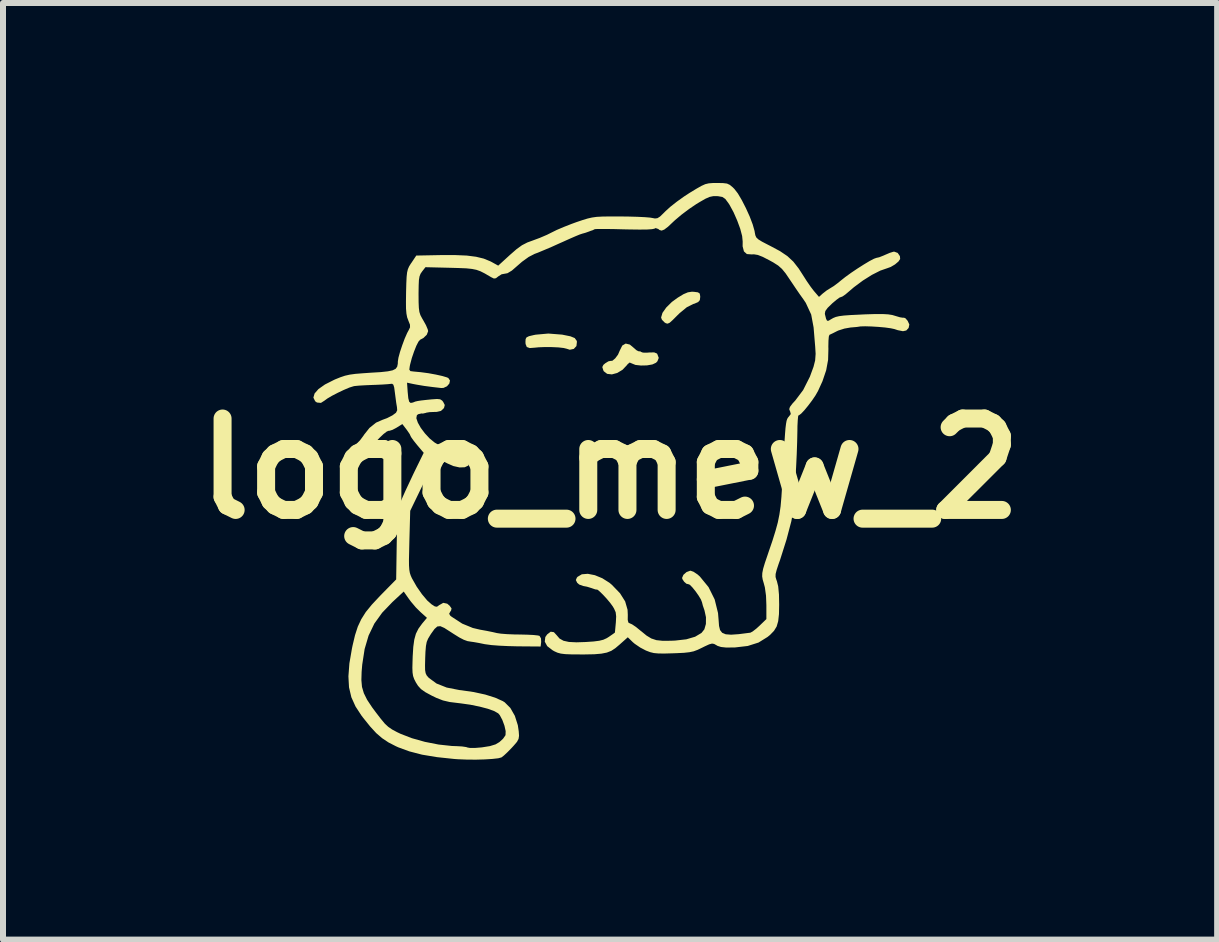
<source format=kicad_pcb>
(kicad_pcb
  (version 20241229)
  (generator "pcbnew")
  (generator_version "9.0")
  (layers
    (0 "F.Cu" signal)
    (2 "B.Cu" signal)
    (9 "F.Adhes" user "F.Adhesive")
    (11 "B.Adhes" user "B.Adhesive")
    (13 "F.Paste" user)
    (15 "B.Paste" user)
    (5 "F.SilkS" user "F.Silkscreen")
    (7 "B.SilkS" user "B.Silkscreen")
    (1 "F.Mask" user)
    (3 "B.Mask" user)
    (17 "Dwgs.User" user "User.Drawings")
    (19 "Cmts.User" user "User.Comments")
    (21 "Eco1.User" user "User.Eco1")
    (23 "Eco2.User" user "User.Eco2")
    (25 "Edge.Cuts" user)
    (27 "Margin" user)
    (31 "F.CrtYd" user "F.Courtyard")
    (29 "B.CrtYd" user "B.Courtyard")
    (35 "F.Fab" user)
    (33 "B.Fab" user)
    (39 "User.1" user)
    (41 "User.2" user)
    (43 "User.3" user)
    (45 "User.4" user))
  (footprint "logo_mew_2"
    (layer "F.Cu")
    (at 7.119 4.761)
    (property "Reference" "logo_mew_2" (at 0 0 0) (layer "F.SilkS") (effects (font (size 1.524 1.524) (thickness 0.3))))
    (attr board_only exclude_from_pos_files exclude_from_bom)
    (fp_poly (pts (xy -0.799 -2.233) (xy -0.661 -2.205) (xy -0.589 -2.176) (xy -0.556 -2.131) (xy -0.552 -2.114) (xy -0.56 -2.043) (xy -0.604 -1.995) (xy -0.671 -1.981) (xy -0.724 -1.998) (xy -0.773 -2.01) (xy -0.86 -2.02) (xy -0.969 -2.025) (xy -1.083 -2.026) (xy -1.188 -2.022) (xy -1.25 -2.016) (xy -1.339 -2.009) (xy -1.388 -2.027) (xy -1.408 -2.077) (xy -1.41 -2.112) (xy -1.407 -2.159) (xy -1.392 -2.187) (xy -1.351 -2.207) (xy -1.275 -2.225) (xy -1.24 -2.232) (xy -1.029 -2.251)) (stroke (width 0) (type solid)) (fill yes) (layer "F.SilkS"))
    (fp_poly (pts (xy 1.396 -2.947) (xy 1.465 -2.938) (xy 1.495 -2.918) (xy 1.503 -2.873) (xy 1.503 -2.859) (xy 1.497 -2.808) (xy 1.469 -2.776) (xy 1.407 -2.749) (xy 1.386 -2.743) (xy 1.279 -2.689) (xy 1.16 -2.591) (xy 1.119 -2.551) (xy 1.043 -2.475) (xy 0.994 -2.431) (xy 0.96 -2.416) (xy 0.932 -2.422) (xy 0.909 -2.436) (xy 0.865 -2.481) (xy 0.851 -2.518) (xy 0.874 -2.596) (xy 0.937 -2.685) (xy 1.031 -2.778) (xy 1.127 -2.848) (xy 1.224 -2.907) (xy 1.297 -2.938) (xy 1.362 -2.948)) (stroke (width 0) (type solid)) (fill yes) (layer "F.SilkS"))
    (fp_poly (pts (xy 0.33 -2.067) (xy 0.389 -2.018) (xy 0.439 -1.974) (xy 0.475 -1.955) (xy 0.481 -1.956) (xy 0.512 -1.951) (xy 0.516 -1.945) (xy 0.549 -1.933) (xy 0.615 -1.932) (xy 0.648 -1.935) (xy 0.736 -1.937) (xy 0.782 -1.918) (xy 0.787 -1.911) (xy 0.812 -1.845) (xy 0.79 -1.789) (xy 0.766 -1.764) (xy 0.706 -1.736) (xy 0.615 -1.72) (xy 0.514 -1.718) (xy 0.423 -1.728) (xy 0.362 -1.753) (xy 0.362 -1.753) (xy 0.327 -1.768) (xy 0.293 -1.74) (xy 0.283 -1.726) (xy 0.208 -1.647) (xy 0.12 -1.594) (xy 0.031 -1.57) (xy -0.048 -1.579) (xy -0.104 -1.622) (xy -0.112 -1.638) (xy -0.129 -1.692) (xy -0.111 -1.729) (xy -0.079 -1.756) (xy -0.029 -1.787) (xy 0.001 -1.794) (xy 0.002 -1.794) (xy 0.04 -1.798) (xy 0.087 -1.838) (xy 0.133 -1.9) (xy 0.162 -1.967) (xy 0.204 -2.051) (xy 0.261 -2.084)) (stroke (width 0) (type solid)) (fill yes) (layer "F.SilkS"))
    (fp_poly (pts (xy 1.884 -4.759) (xy 1.95 -4.751) (xy 1.997 -4.729) (xy 2.045 -4.689) (xy 2.073 -4.661) (xy 2.131 -4.586) (xy 2.197 -4.474) (xy 2.265 -4.341) (xy 2.328 -4.202) (xy 2.378 -4.07) (xy 2.409 -3.961) (xy 2.413 -3.935) (xy 2.422 -3.889) (xy 2.438 -3.853) (xy 2.473 -3.82) (xy 2.533 -3.783) (xy 2.629 -3.733) (xy 2.674 -3.71) (xy 2.833 -3.625) (xy 2.956 -3.542) (xy 3.055 -3.45) (xy 3.144 -3.336) (xy 3.213 -3.229) (xy 3.278 -3.127) (xy 3.345 -3.03) (xy 3.4 -2.958) (xy 3.404 -2.954) (xy 3.483 -2.862) (xy 3.544 -2.917) (xy 3.612 -2.97) (xy 3.67 -3.006) (xy 3.73 -3.043) (xy 3.806 -3.1) (xy 3.843 -3.131) (xy 3.92 -3.192) (xy 4.018 -3.263) (xy 4.125 -3.335) (xy 4.232 -3.403) (xy 4.327 -3.46) (xy 4.4 -3.498) (xy 4.439 -3.512) (xy 4.488 -3.523) (xy 4.561 -3.552) (xy 4.588 -3.564) (xy 4.663 -3.596) (xy 4.724 -3.615) (xy 4.738 -3.616) (xy 4.795 -3.595) (xy 4.832 -3.541) (xy 4.836 -3.494) (xy 4.808 -3.452) (xy 4.75 -3.403) (xy 4.679 -3.361) (xy 4.621 -3.34) (xy 4.505 -3.3) (xy 4.365 -3.229) (xy 4.214 -3.134) (xy 4.065 -3.023) (xy 3.99 -2.959) (xy 3.924 -2.903) (xy 3.873 -2.868) (xy 3.851 -2.86) (xy 3.826 -2.851) (xy 3.774 -2.813) (xy 3.705 -2.755) (xy 3.703 -2.753) (xy 3.628 -2.68) (xy 3.589 -2.627) (xy 3.581 -2.584) (xy 3.582 -2.573) (xy 3.601 -2.497) (xy 3.618 -2.464) (xy 3.644 -2.465) (xy 3.68 -2.487) (xy 3.72 -2.51) (xy 3.764 -2.528) (xy 3.82 -2.541) (xy 3.898 -2.551) (xy 4.006 -2.559) (xy 4.153 -2.566) (xy 4.255 -2.571) (xy 4.421 -2.576) (xy 4.544 -2.576) (xy 4.635 -2.571) (xy 4.705 -2.56) (xy 4.759 -2.544) (xy 4.833 -2.522) (xy 4.885 -2.514) (xy 4.898 -2.516) (xy 4.925 -2.505) (xy 4.961 -2.463) (xy 4.989 -2.402) (xy 4.978 -2.348) (xy 4.975 -2.342) (xy 4.938 -2.302) (xy 4.883 -2.29) (xy 4.797 -2.307) (xy 4.739 -2.326) (xy 4.678 -2.339) (xy 4.584 -2.352) (xy 4.472 -2.362) (xy 4.357 -2.369) (xy 4.253 -2.372) (xy 4.177 -2.37) (xy 4.149 -2.366) (xy 4.117 -2.361) (xy 4.05 -2.355) (xy 4.011 -2.352) (xy 3.908 -2.334) (xy 3.807 -2.302) (xy 3.785 -2.292) (xy 3.716 -2.257) (xy 3.667 -2.234) (xy 3.658 -2.23) (xy 3.647 -2.201) (xy 3.641 -2.131) (xy 3.639 -2.032) (xy 3.64 -1.994) (xy 3.635 -1.813) (xy 3.603 -1.639) (xy 3.541 -1.456) (xy 3.467 -1.294) (xy 3.425 -1.22) (xy 3.368 -1.136) (xy 3.303 -1.05) (xy 3.24 -0.973) (xy 3.186 -0.916) (xy 3.15 -0.889) (xy 3.142 -0.889) (xy 3.135 -0.869) (xy 3.129 -0.806) (xy 3.124 -0.711) (xy 3.123 -0.629) (xy 3.119 -0.444) (xy 3.112 -0.241) (xy 3.102 -0.03) (xy 3.09 0.181) (xy 3.076 0.381) (xy 3.061 0.563) (xy 3.046 0.715) (xy 3.031 0.829) (xy 3.022 0.878) (xy 2.942 1.182) (xy 2.835 1.52) (xy 2.81 1.59) (xy 2.777 1.69) (xy 2.76 1.757) (xy 2.759 1.807) (xy 2.773 1.855) (xy 2.781 1.875) (xy 2.803 1.963) (xy 2.816 2.101) (xy 2.819 2.267) (xy 2.816 2.426) (xy 2.803 2.544) (xy 2.777 2.633) (xy 2.733 2.705) (xy 2.667 2.773) (xy 2.625 2.807) (xy 2.475 2.9) (xy 2.295 2.957) (xy 2.08 2.982) (xy 2.06 2.982) (xy 1.935 2.983) (xy 1.85 2.974) (xy 1.791 2.955) (xy 1.773 2.944) (xy 1.735 2.923) (xy 1.7 2.917) (xy 1.652 2.93) (xy 1.578 2.964) (xy 1.538 2.984) (xy 1.461 3.021) (xy 1.394 3.046) (xy 1.323 3.061) (xy 1.232 3.071) (xy 1.108 3.077) (xy 1.051 3.079) (xy 0.909 3.083) (xy 0.807 3.082) (xy 0.731 3.075) (xy 0.669 3.06) (xy 0.606 3.036) (xy 0.598 3.033) (xy 0.503 2.983) (xy 0.412 2.921) (xy 0.38 2.894) (xy 0.296 2.812) (xy 0.159 2.934) (xy 0.088 2.994) (xy 0.021 3.038) (xy -0.053 3.067) (xy -0.144 3.085) (xy -0.262 3.095) (xy -0.417 3.098) (xy -0.505 3.098) (xy -0.647 3.097) (xy -0.748 3.093) (xy -0.82 3.084) (xy -0.876 3.069) (xy -0.927 3.046) (xy -0.957 3.029) (xy -1.047 2.96) (xy -1.088 2.885) (xy -1.079 2.808) (xy -1.048 2.764) (xy -0.989 2.719) (xy -0.936 2.727) (xy -0.89 2.777) (xy -0.842 2.833) (xy -0.776 2.87) (xy -0.685 2.89) (xy -0.559 2.896) (xy -0.407 2.891) (xy -0.274 2.882) (xy -0.18 2.87) (xy -0.112 2.853) (xy -0.057 2.828) (xy -0.023 2.807) (xy 0.038 2.765) (xy 0.076 2.738) (xy 0.081 2.732) (xy 0.084 2.705) (xy 0.09 2.639) (xy 0.097 2.563) (xy 0.102 2.464) (xy 0.094 2.395) (xy 0.067 2.334) (xy 0.045 2.297) (xy 0.002 2.238) (xy -0.055 2.17) (xy -0.116 2.104) (xy -0.171 2.05) (xy -0.209 2.019) (xy -0.221 2.017) (xy -0.246 2.014) (xy -0.301 1.995) (xy -0.306 1.993) (xy -0.384 1.969) (xy -0.448 1.957) (xy -0.514 1.933) (xy -0.548 1.903) (xy -0.57 1.858) (xy -0.553 1.818) (xy -0.541 1.804) (xy -0.47 1.762) (xy -0.37 1.754) (xy -0.253 1.777) (xy -0.129 1.828) (xy -0.009 1.904) (xy 0.031 1.938) (xy 0.166 2.078) (xy 0.252 2.214) (xy 0.292 2.353) (xy 0.296 2.437) (xy 0.295 2.523) (xy 0.306 2.567) (xy 0.329 2.58) (xy 0.33 2.58) (xy 0.368 2.597) (xy 0.432 2.64) (xy 0.509 2.703) (xy 0.521 2.712) (xy 0.609 2.784) (xy 0.688 2.832) (xy 0.773 2.86) (xy 0.877 2.871) (xy 1.014 2.87) (xy 1.085 2.867) (xy 1.271 2.846) (xy 1.418 2.803) (xy 1.524 2.74) (xy 1.572 2.68) (xy 1.598 2.59) (xy 1.599 2.477) (xy 1.575 2.367) (xy 1.572 2.357) (xy 1.547 2.284) (xy 1.533 2.229) (xy 1.515 2.182) (xy 1.475 2.116) (xy 1.425 2.045) (xy 1.373 1.981) (xy 1.33 1.937) (xy 1.306 1.927) (xy 1.274 1.92) (xy 1.235 1.886) (xy 1.206 1.842) (xy 1.201 1.822) (xy 1.223 1.771) (xy 1.275 1.725) (xy 1.335 1.703) (xy 1.341 1.702) (xy 1.392 1.72) (xy 1.459 1.765) (xy 1.498 1.8) (xy 1.642 1.976) (xy 1.744 2.181) (xy 1.8 2.408) (xy 1.81 2.528) (xy 1.817 2.623) (xy 1.834 2.692) (xy 1.869 2.737) (xy 1.928 2.762) (xy 2.018 2.769) (xy 2.146 2.76) (xy 2.319 2.738) (xy 2.338 2.736) (xy 2.376 2.716) (xy 2.437 2.669) (xy 2.491 2.62) (xy 2.606 2.509) (xy 2.606 2.277) (xy 2.6 2.119) (xy 2.581 1.981) (xy 2.563 1.913) (xy 2.545 1.852) (xy 2.536 1.798) (xy 2.538 1.741) (xy 2.552 1.67) (xy 2.581 1.573) (xy 2.626 1.441) (xy 2.641 1.396) (xy 2.708 1.2) (xy 2.758 1.039) (xy 2.796 0.9) (xy 2.823 0.767) (xy 2.843 0.629) (xy 2.857 0.47) (xy 2.869 0.278) (xy 2.874 0.186) (xy 2.887 -0.072) (xy 2.898 -0.282) (xy 2.908 -0.449) (xy 2.917 -0.579) (xy 2.925 -0.677) (xy 2.934 -0.748) (xy 2.943 -0.797) (xy 2.954 -0.829) (xy 2.967 -0.851) (xy 2.98 -0.866) (xy 3.013 -0.909) (xy 3.002 -0.953) (xy 2.999 -0.958) (xy 2.987 -0.991) (xy 2.999 -1.028) (xy 3.04 -1.083) (xy 3.088 -1.135) (xy 3.219 -1.309) (xy 3.331 -1.531) (xy 3.392 -1.697) (xy 3.419 -1.803) (xy 3.427 -1.913) (xy 3.42 -2.029) (xy 3.41 -2.149) (xy 3.4 -2.27) (xy 3.393 -2.354) (xy 3.353 -2.568) (xy 3.263 -2.762) (xy 3.22 -2.826) (xy 3.166 -2.901) (xy 3.096 -3.003) (xy 3.022 -3.113) (xy 2.997 -3.15) (xy 2.926 -3.255) (xy 2.866 -3.328) (xy 2.803 -3.384) (xy 2.72 -3.437) (xy 2.658 -3.471) (xy 2.546 -3.529) (xy 2.464 -3.561) (xy 2.398 -3.572) (xy 2.361 -3.57) (xy 2.281 -3.576) (xy 2.232 -3.62) (xy 2.21 -3.705) (xy 2.211 -3.786) (xy 2.202 -3.877) (xy 2.17 -3.998) (xy 2.12 -4.134) (xy 2.059 -4.273) (xy 1.991 -4.398) (xy 1.971 -4.428) (xy 1.921 -4.495) (xy 1.872 -4.528) (xy 1.803 -4.54) (xy 1.781 -4.542) (xy 1.719 -4.541) (xy 1.661 -4.529) (xy 1.592 -4.499) (xy 1.501 -4.447) (xy 1.438 -4.409) (xy 1.317 -4.327) (xy 1.191 -4.232) (xy 1.083 -4.141) (xy 1.056 -4.116) (xy 0.967 -4.032) (xy 0.904 -3.984) (xy 0.86 -3.967) (xy 0.825 -3.977) (xy 0.804 -3.994) (xy 0.76 -4.009) (xy 0.739 -3.999) (xy 0.7 -3.991) (xy 0.614 -3.985) (xy 0.489 -3.984) (xy 0.329 -3.986) (xy 0.23 -3.988) (xy 0.077 -3.992) (xy -0.057 -3.994) (xy -0.163 -3.994) (xy -0.233 -3.993) (xy -0.257 -3.99) (xy -0.288 -3.974) (xy -0.325 -3.962) (xy -0.35 -3.952) (xy -0.409 -3.931) (xy -0.43 -3.925) (xy -0.463 -3.916) (xy -0.508 -3.901) (xy -0.571 -3.875) (xy -0.663 -3.835) (xy -0.79 -3.778) (xy -0.851 -3.751) (xy -0.977 -3.694) (xy -1.1 -3.642) (xy -1.203 -3.599) (xy -1.257 -3.579) (xy -1.356 -3.528) (xy -1.467 -3.448) (xy -1.536 -3.388) (xy -1.636 -3.301) (xy -1.709 -3.257) (xy -1.746 -3.25) (xy -1.807 -3.239) (xy -1.861 -3.205) (xy -1.902 -3.173) (xy -1.936 -3.168) (xy -1.985 -3.192) (xy -2.003 -3.203) (xy -2.089 -3.253) (xy -2.16 -3.289) (xy -2.227 -3.313) (xy -2.301 -3.328) (xy -2.396 -3.338) (xy -2.522 -3.343) (xy -2.662 -3.347) (xy -3.077 -3.357) (xy -3.134 -3.284) (xy -3.159 -3.247) (xy -3.176 -3.203) (xy -3.186 -3.143) (xy -3.19 -3.053) (xy -3.192 -2.923) (xy -3.192 -2.905) (xy -3.191 -2.772) (xy -3.187 -2.678) (xy -3.178 -2.611) (xy -3.161 -2.558) (xy -3.133 -2.505) (xy -3.112 -2.469) (xy -3.068 -2.39) (xy -3.039 -2.321) (xy -3.032 -2.291) (xy -3.055 -2.231) (xy -3.112 -2.176) (xy -3.165 -2.148) (xy -3.193 -2.117) (xy -3.229 -2.047) (xy -3.267 -1.951) (xy -3.304 -1.843) (xy -3.332 -1.737) (xy -3.338 -1.709) (xy -3.346 -1.65) (xy -3.328 -1.625) (xy -3.274 -1.618) (xy -3.156 -1.607) (xy -3.028 -1.59) (xy -2.903 -1.567) (xy -2.795 -1.543) (xy -2.718 -1.52) (xy -2.695 -1.509) (xy -2.668 -1.468) (xy -2.679 -1.417) (xy -2.718 -1.372) (xy -2.776 -1.345) (xy -2.814 -1.343) (xy -2.954 -1.359) (xy -3.098 -1.378) (xy -3.223 -1.399) (xy -3.281 -1.41) (xy -3.384 -1.432) (xy -3.373 -1.275) (xy -3.363 -1.173) (xy -3.348 -1.115) (xy -3.324 -1.094) (xy -3.287 -1.101) (xy -3.279 -1.104) (xy -3.247 -1.117) (xy -3.208 -1.126) (xy -3.151 -1.135) (xy -3.062 -1.145) (xy -2.973 -1.154) (xy -2.884 -1.16) (xy -2.832 -1.155) (xy -2.798 -1.133) (xy -2.781 -1.111) (xy -2.755 -1.06) (xy -2.766 -1.016) (xy -2.777 -0.999) (xy -2.819 -0.961) (xy -2.888 -0.945) (xy -2.929 -0.944) (xy -3.007 -0.941) (xy -3.062 -0.932) (xy -3.072 -0.928) (xy -3.12 -0.917) (xy -3.144 -0.919) (xy -3.199 -0.906) (xy -3.22 -0.889) (xy -3.229 -0.84) (xy -3.204 -0.766) (xy -3.155 -0.679) (xy -3.086 -0.587) (xy -3.007 -0.502) (xy -2.924 -0.434) (xy -2.872 -0.404) (xy -2.81 -0.375) (xy -2.77 -0.359) (xy -2.766 -0.358) (xy -2.737 -0.346) (xy -2.677 -0.317) (xy -2.637 -0.296) (xy -2.557 -0.258) (xy -2.489 -0.231) (xy -2.468 -0.225) (xy -2.388 -0.191) (xy -2.345 -0.132) (xy -2.341 -0.102) (xy -2.363 -0.05) (xy -2.422 -0.022) (xy -2.508 -0.019) (xy -2.611 -0.042) (xy -2.707 -0.084) (xy -2.787 -0.125) (xy -2.852 -0.152) (xy -2.88 -0.16) (xy -2.901 -0.137) (xy -2.941 -0.073) (xy -2.995 0.023) (xy -3.058 0.145) (xy -3.122 0.272) (xy -3.331 0.704) (xy -3.345 1.21) (xy -3.349 1.387) (xy -3.352 1.52) (xy -3.351 1.617) (xy -3.346 1.687) (xy -3.337 1.739) (xy -3.323 1.782) (xy -3.304 1.825) (xy -3.298 1.836) (xy -3.223 1.968) (xy -3.136 2.093) (xy -3.048 2.198) (xy -2.975 2.263) (xy -2.92 2.298) (xy -2.885 2.303) (xy -2.85 2.278) (xy -2.849 2.277) (xy -2.78 2.238) (xy -2.714 2.252) (xy -2.673 2.287) (xy -2.642 2.331) (xy -2.65 2.367) (xy -2.662 2.383) (xy -2.682 2.42) (xy -2.663 2.452) (xy -2.64 2.47) (xy -2.463 2.585) (xy -2.287 2.657) (xy -2.168 2.685) (xy -2.057 2.705) (xy -1.954 2.726) (xy -1.885 2.742) (xy -1.818 2.752) (xy -1.714 2.76) (xy -1.589 2.765) (xy -1.5 2.766) (xy -1.378 2.769) (xy -1.275 2.774) (xy -1.202 2.782) (xy -1.175 2.789) (xy -1.151 2.831) (xy -1.148 2.889) (xy -1.157 2.966) (xy -1.543 2.963) (xy -1.697 2.959) (xy -1.847 2.952) (xy -1.977 2.942) (xy -2.073 2.929) (xy -2.088 2.927) (xy -2.186 2.907) (xy -2.271 2.892) (xy -2.314 2.886) (xy -2.376 2.876) (xy -2.437 2.854) (xy -2.511 2.816) (xy -2.609 2.755) (xy -2.666 2.718) (xy -2.763 2.656) (xy -2.829 2.627) (xy -2.879 2.632) (xy -2.926 2.674) (xy -2.985 2.756) (xy -2.998 2.777) (xy -3.033 2.835) (xy -3.056 2.89) (xy -3.069 2.959) (xy -3.077 3.055) (xy -3.081 3.154) (xy -3.084 3.276) (xy -3.083 3.357) (xy -3.074 3.41) (xy -3.057 3.447) (xy -3.029 3.48) (xy -3.019 3.49) (xy -2.892 3.583) (xy -2.723 3.65) (xy -2.51 3.692) (xy -2.48 3.695) (xy -2.273 3.725) (xy -2.08 3.767) (xy -1.915 3.819) (xy -1.788 3.876) (xy -1.756 3.896) (xy -1.662 3.99) (xy -1.587 4.121) (xy -1.537 4.278) (xy -1.522 4.38) (xy -1.517 4.454) (xy -1.525 4.506) (xy -1.551 4.555) (xy -1.604 4.617) (xy -1.638 4.654) (xy -1.708 4.726) (xy -1.769 4.783) (xy -1.808 4.813) (xy -1.808 4.814) (xy -1.863 4.829) (xy -1.961 4.84) (xy -2.088 4.848) (xy -2.234 4.852) (xy -2.387 4.851) (xy -2.535 4.845) (xy -2.593 4.841) (xy -2.885 4.81) (xy -3.133 4.769) (xy -3.345 4.714) (xy -3.531 4.646) (xy -3.57 4.628) (xy -3.693 4.565) (xy -3.798 4.495) (xy -3.897 4.41) (xy -3.998 4.3) (xy -4.114 4.156) (xy -4.145 4.115) (xy -4.243 3.965) (xy -4.312 3.812) (xy -4.351 3.647) (xy -4.358 3.525) (xy -4.145 3.525) (xy -4.135 3.639) (xy -4.104 3.744) (xy -4.05 3.853) (xy -3.966 3.98) (xy -3.902 4.066) (xy -3.819 4.174) (xy -3.755 4.251) (xy -3.697 4.305) (xy -3.633 4.349) (xy -3.551 4.393) (xy -3.49 4.422) (xy -3.304 4.494) (xy -3.087 4.555) (xy -2.858 4.6) (xy -2.637 4.624) (xy -2.553 4.627) (xy -2.466 4.632) (xy -2.398 4.642) (xy -2.374 4.65) (xy -2.333 4.657) (xy -2.254 4.657) (xy -2.155 4.649) (xy -2.134 4.647) (xy -2.002 4.626) (xy -1.908 4.597) (xy -1.844 4.559) (xy -1.784 4.504) (xy -1.746 4.45) (xy -1.742 4.441) (xy -1.74 4.376) (xy -1.76 4.286) (xy -1.795 4.191) (xy -1.837 4.112) (xy -1.863 4.081) (xy -1.929 4.043) (xy -2.036 4.004) (xy -2.173 3.968) (xy -2.33 3.936) (xy -2.494 3.913) (xy -2.537 3.908) (xy -2.674 3.891) (xy -2.785 3.865) (xy -2.893 3.823) (xy -2.972 3.785) (xy -3.079 3.727) (xy -3.151 3.676) (xy -3.201 3.621) (xy -3.237 3.564) (xy -3.265 3.509) (xy -3.283 3.458) (xy -3.292 3.4) (xy -3.295 3.32) (xy -3.292 3.206) (xy -3.29 3.136) (xy -3.28 2.973) (xy -3.263 2.85) (xy -3.236 2.753) (xy -3.194 2.669) (xy -3.133 2.585) (xy -3.118 2.567) (xy -3.052 2.488) (xy -3.157 2.394) (xy -3.237 2.315) (xy -3.318 2.219) (xy -3.351 2.175) (xy -3.439 2.05) (xy -3.628 2.225) (xy -3.798 2.402) (xy -3.929 2.584) (xy -4.025 2.784) (xy -4.091 3.008) (xy -4.131 3.269) (xy -4.141 3.388) (xy -4.145 3.525) (xy -4.358 3.525) (xy -4.361 3.462) (xy -4.345 3.248) (xy -4.302 2.998) (xy -4.292 2.95) (xy -4.251 2.777) (xy -4.205 2.635) (xy -4.147 2.511) (xy -4.072 2.392) (xy -3.97 2.267) (xy -3.836 2.124) (xy -3.801 2.088) (xy -3.565 1.848) (xy -3.556 1.263) (xy -3.546 0.678) (xy -3.459 0.479) (xy -3.409 0.367) (xy -3.344 0.229) (xy -3.277 0.086) (xy -3.239 0.008) (xy -3.106 -0.263) (xy -3.215 -0.392) (xy -3.272 -0.463) (xy -3.311 -0.517) (xy -3.325 -0.542) (xy -3.339 -0.574) (xy -3.377 -0.63) (xy -3.393 -0.652) (xy -3.462 -0.742) (xy -3.56 -0.681) (xy -3.626 -0.646) (xy -3.677 -0.63) (xy -3.688 -0.631) (xy -3.721 -0.618) (xy -3.777 -0.575) (xy -3.841 -0.514) (xy -3.927 -0.423) (xy -4.018 -0.327) (xy -4.07 -0.272) (xy -4.135 -0.209) (xy -4.179 -0.18) (xy -4.214 -0.18) (xy -4.23 -0.187) (xy -4.273 -0.236) (xy -4.281 -0.306) (xy -4.256 -0.378) (xy -4.221 -0.417) (xy -4.168 -0.471) (xy -4.112 -0.546) (xy -4.099 -0.566) (xy -4.01 -0.678) (xy -3.9 -0.766) (xy -3.793 -0.813) (xy -3.717 -0.841) (xy -3.635 -0.883) (xy -3.626 -0.888) (xy -3.568 -0.931) (xy -3.548 -0.972) (xy -3.552 -1.024) (xy -3.564 -1.095) (xy -3.577 -1.193) (xy -3.586 -1.263) (xy -3.598 -1.352) (xy -3.612 -1.398) (xy -3.633 -1.414) (xy -3.657 -1.412) (xy -3.706 -1.407) (xy -3.794 -1.401) (xy -3.904 -1.396) (xy -3.963 -1.394) (xy -4.081 -1.389) (xy -4.184 -1.383) (xy -4.257 -1.376) (xy -4.277 -1.372) (xy -4.344 -1.351) (xy -4.436 -1.312) (xy -4.537 -1.264) (xy -4.634 -1.214) (xy -4.712 -1.168) (xy -4.757 -1.135) (xy -4.758 -1.134) (xy -4.819 -1.095) (xy -4.885 -1.101) (xy -4.915 -1.122) (xy -4.945 -1.183) (xy -4.925 -1.252) (xy -4.86 -1.326) (xy -4.752 -1.402) (xy -4.604 -1.477) (xy -4.585 -1.486) (xy -4.496 -1.522) (xy -4.419 -1.548) (xy -4.339 -1.566) (xy -4.244 -1.579) (xy -4.119 -1.589) (xy -3.99 -1.598) (xy -3.825 -1.608) (xy -3.705 -1.621) (xy -3.624 -1.638) (xy -3.574 -1.663) (xy -3.548 -1.699) (xy -3.538 -1.748) (xy -3.537 -1.786) (xy -3.527 -1.849) (xy -3.501 -1.945) (xy -3.464 -2.056) (xy -3.423 -2.167) (xy -3.382 -2.26) (xy -3.356 -2.308) (xy -3.334 -2.354) (xy -3.335 -2.399) (xy -3.362 -2.467) (xy -3.363 -2.47) (xy -3.382 -2.521) (xy -3.394 -2.583) (xy -3.401 -2.666) (xy -3.402 -2.78) (xy -3.4 -2.936) (xy -3.4 -2.941) (xy -3.396 -3.089) (xy -3.391 -3.195) (xy -3.383 -3.269) (xy -3.37 -3.323) (xy -3.35 -3.369) (xy -3.321 -3.416) (xy -3.31 -3.431) (xy -3.23 -3.551) (xy -2.818 -3.559) (xy -2.581 -3.559) (xy -2.389 -3.551) (xy -2.233 -3.531) (xy -2.105 -3.5) (xy -1.998 -3.456) (xy -1.976 -3.445) (xy -1.864 -3.383) (xy -1.667 -3.563) (xy -1.558 -3.658) (xy -1.468 -3.723) (xy -1.379 -3.769) (xy -1.286 -3.803) (xy -1.17 -3.846) (xy -1.051 -3.897) (xy -0.971 -3.937) (xy -0.888 -3.978) (xy -0.773 -4.027) (xy -0.643 -4.078) (xy -0.561 -4.108) (xy -0.457 -4.143) (xy -0.375 -4.168) (xy -0.301 -4.185) (xy -0.223 -4.196) (xy -0.129 -4.201) (xy -0.007 -4.203) (xy 0.156 -4.203) (xy 0.157 -4.203) (xy 0.313 -4.201) (xy 0.457 -4.197) (xy 0.579 -4.191) (xy 0.665 -4.184) (xy 0.696 -4.179) (xy 0.749 -4.169) (xy 0.79 -4.174) (xy 0.833 -4.201) (xy 0.892 -4.258) (xy 0.926 -4.292) (xy 1.004 -4.363) (xy 1.113 -4.449) (xy 1.236 -4.537) (xy 1.325 -4.595) (xy 1.44 -4.665) (xy 1.523 -4.712) (xy 1.587 -4.741) (xy 1.646 -4.755) (xy 1.712 -4.76) (xy 1.783 -4.761)) (stroke (width 0) (type solid)) (fill yes) (layer "F.SilkS")))
  (gr_rect
    (start -3 -3)
    (end 17.239 12.613)
    (stroke (width 0.1) (type default))
    (fill no)
    (layer "Edge.Cuts")))
</source>
